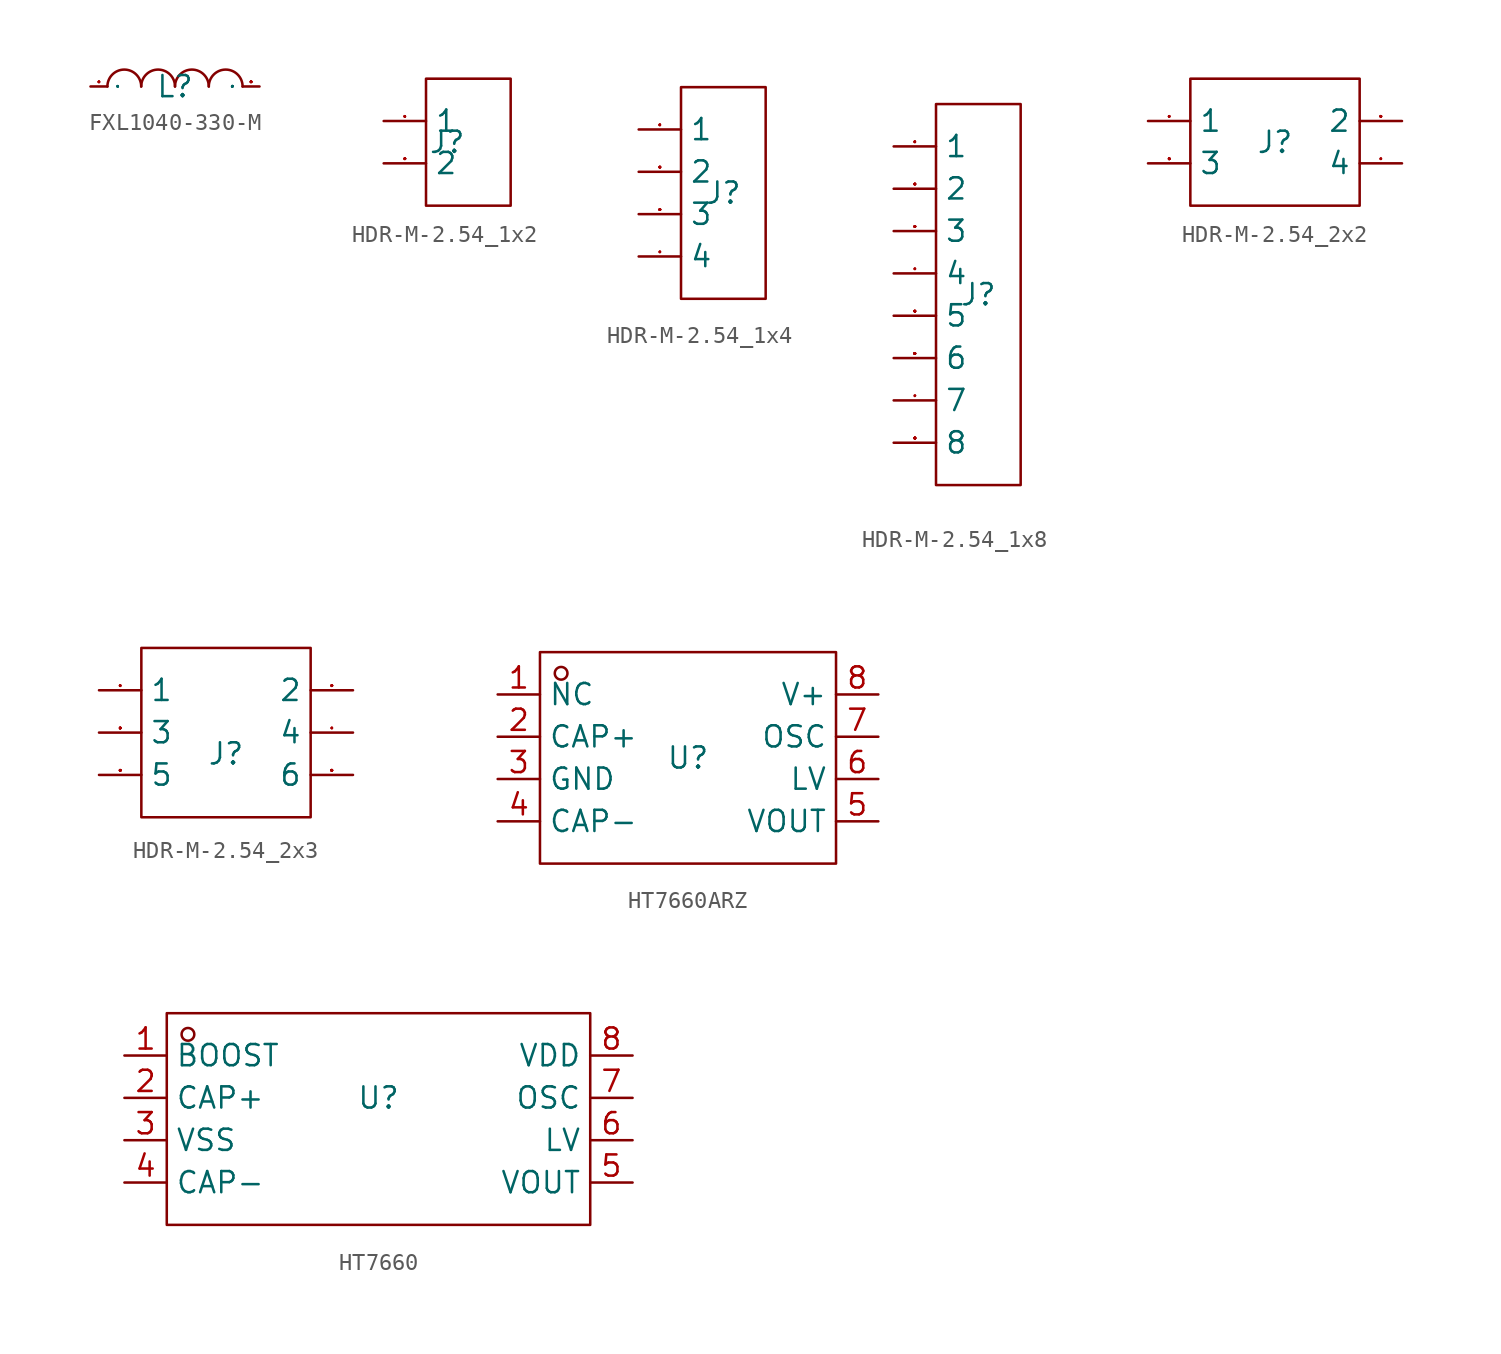
<source format=kicad_sym>
(kicad_symbol_lib
  (version 20231120)
  (generator "kicad_symbol_editor")
  (generator_version "8.0")
  (symbol "FXL1040-330-M"
    (property "Reference" "L"
      (at 0 0 0)
      (effects (font (size 1.27 1.27))))
    (symbol "FXL1040-330-M_1_0"
      (arc (start -2.032 0) (mid -3.048 1.0163) (end -4.064 0) (stroke (width 0) (type default)) (fill (type none)))
      (arc (start 0 0) (mid -1.016 1.0163) (end -2.032 0) (stroke (width 0) (type default)) (fill (type none)))
      (arc (start 2.032 0) (mid 1.016 1.016) (end 0 0) (stroke (width 0) (type default)) (fill (type none)))
      (arc (start 4.064 0) (mid 3.048 1.016) (end 2.032 0) (stroke (width 0) (type default)) (fill (type none)))
      (pin unspecified line (at -5.08 0 0) (length 1.016) (name "1" (effects (font (size 0.025 0.025)))) (number "1" (effects (font (size 0.025 0.025)))))
      (pin unspecified line (at 5.08 0 180) (length 1.016) (name "2" (effects (font (size 0.025 0.025)))) (number "2" (effects (font (size 0.025 0.025)))))))
  (symbol "HDR-M-2.54_1x2"
    (property "Reference" "J"
      (at 0 0 0)
      (effects (font (size 1.27 1.27))))
    (property "Value" ""
      (at 0 0 0)
      (effects (font (size 1.27 1.27))))
    (symbol "HDR-M-2.54_1x2_1_0"
      (rectangle (start -1.27 -3.81) (end 3.81 3.81) (stroke (width 0) (type default)) (fill (type none)))
      (pin unspecified line (at -3.81 1.27 0) (length 2.54) (name "1" (effects (font (size 1.27 1.27)))) (number "1" (effects (font (size 0.025 0.025)))))
      (pin unspecified line (at -3.81 -1.27 0) (length 2.54) (name "2" (effects (font (size 1.27 1.27)))) (number "2" (effects (font (size 0.025 0.025)))))))
  (symbol "HDR-M-2.54_1x4"
    (property "Reference" "J"
      (at 0 0 0)
      (effects (font (size 1.27 1.27))))
    (property "Value" ""
      (at 0 0 0)
      (effects (font (size 1.27 1.27))))
    (symbol "HDR-M-2.54_1x4_1_0"
      (rectangle (start -2.54 -6.35) (end 2.54 6.35) (stroke (width 0) (type default)) (fill (type none)))
      (pin unspecified line (at -5.08 3.81 0) (length 2.54) (name "1" (effects (font (size 1.27 1.27)))) (number "1" (effects (font (size 0.025 0.025)))))
      (pin unspecified line (at -5.08 1.27 0) (length 2.54) (name "2" (effects (font (size 1.27 1.27)))) (number "2" (effects (font (size 0.025 0.025)))))
      (pin unspecified line (at -5.08 -1.27 0) (length 2.54) (name "3" (effects (font (size 1.27 1.27)))) (number "3" (effects (font (size 0.025 0.025)))))
      (pin unspecified line (at -5.08 -3.81 0) (length 2.54) (name "4" (effects (font (size 1.27 1.27)))) (number "4" (effects (font (size 0.025 0.025)))))))
  (symbol "HDR-M-2.54_1x8"
    (property "Reference" "J"
      (at 0 0 0)
      (effects (font (size 1.27 1.27))))
    (property "Value" ""
      (at 0 0 0)
      (effects (font (size 1.27 1.27))))
    (symbol "HDR-M-2.54_1x8_1_0"
      (rectangle (start -2.54 -11.43) (end 2.54 11.43) (stroke (width 0) (type default)) (fill (type none)))
      (pin unspecified line (at -5.08 8.89 0) (length 2.54) (name "1" (effects (font (size 1.27 1.27)))) (number "1" (effects (font (size 0.025 0.025)))))
      (pin unspecified line (at -5.08 6.35 0) (length 2.54) (name "2" (effects (font (size 1.27 1.27)))) (number "2" (effects (font (size 0.025 0.025)))))
      (pin unspecified line (at -5.08 3.81 0) (length 2.54) (name "3" (effects (font (size 1.27 1.27)))) (number "3" (effects (font (size 0.025 0.025)))))
      (pin unspecified line (at -5.08 1.27 0) (length 2.54) (name "4" (effects (font (size 1.27 1.27)))) (number "4" (effects (font (size 0.025 0.025)))))
      (pin unspecified line (at -5.08 -1.27 0) (length 2.54) (name "5" (effects (font (size 1.27 1.27)))) (number "5" (effects (font (size 0.025 0.025)))))
      (pin unspecified line (at -5.08 -3.81 0) (length 2.54) (name "6" (effects (font (size 1.27 1.27)))) (number "6" (effects (font (size 0.025 0.025)))))
      (pin unspecified line (at -5.08 -6.35 0) (length 2.54) (name "7" (effects (font (size 1.27 1.27)))) (number "7" (effects (font (size 0.025 0.025)))))
      (pin unspecified line (at -5.08 -8.89 0) (length 2.54) (name "8" (effects (font (size 1.27 1.27)))) (number "8" (effects (font (size 0.025 0.025)))))))
  (symbol "HDR-M-2.54_2x2"
    (property "Reference" "J"
      (at 0 0 0)
      (effects (font (size 1.27 1.27))))
    (property "Value" ""
      (at 0 0 0)
      (effects (font (size 1.27 1.27))))
    (symbol "HDR-M-2.54_2x2_1_0"
      (rectangle (start -5.08 -3.81) (end 5.08 3.81) (stroke (width 0) (type default)) (fill (type none)))
      (pin input line (at -7.62 1.27 0) (length 2.54) (name "1" (effects (font (size 1.27 1.27)))) (number "1" (effects (font (size 0.025 0.025)))))
      (pin input line (at 7.62 1.27 180) (length 2.54) (name "2" (effects (font (size 1.27 1.27)))) (number "2" (effects (font (size 0.025 0.025)))))
      (pin input line (at -7.62 -1.27 0) (length 2.54) (name "3" (effects (font (size 1.27 1.27)))) (number "3" (effects (font (size 0.025 0.025)))))
      (pin input line (at 7.62 -1.27 180) (length 2.54) (name "4" (effects (font (size 1.27 1.27)))) (number "4" (effects (font (size 0.025 0.025)))))))
  (symbol "HDR-M-2.54_2x3"
    (property "Reference" "J"
      (at 0 0 0)
      (effects (font (size 1.27 1.27))))
    (property "Value" ""
      (at 0 0 0)
      (effects (font (size 1.27 1.27))))
    (symbol "HDR-M-2.54_2x3_1_0"
      (rectangle (start -5.08 -3.81) (end 5.08 6.35) (stroke (width 0) (type default)) (fill (type none)))
      (pin input line (at -7.62 3.81 0) (length 2.54) (name "1" (effects (font (size 1.27 1.27)))) (number "1" (effects (font (size 0.025 0.025)))))
      (pin input line (at 7.62 3.81 180) (length 2.54) (name "2" (effects (font (size 1.27 1.27)))) (number "2" (effects (font (size 0.025 0.025)))))
      (pin input line (at -7.62 1.27 0) (length 2.54) (name "3" (effects (font (size 1.27 1.27)))) (number "3" (effects (font (size 0.025 0.025)))))
      (pin input line (at 7.62 1.27 180) (length 2.54) (name "4" (effects (font (size 1.27 1.27)))) (number "4" (effects (font (size 0.025 0.025)))))
      (pin input line (at -7.62 -1.27 0) (length 2.54) (name "5" (effects (font (size 1.27 1.27)))) (number "5" (effects (font (size 0.025 0.025)))))
      (pin input line (at 7.62 -1.27 180) (length 2.54) (name "6" (effects (font (size 1.27 1.27)))) (number "6" (effects (font (size 0.025 0.025)))))))
  (symbol "HT7660ARZ"
    (property "Reference" "U"
      (at 0 0 0)
      (effects (font (size 1.27 1.27))))
    (property "Value" ""
      (at 0 0 0)
      (effects (font (size 1.27 1.27))))
    (symbol "HT7660ARZ_1_0"
      (rectangle (start -8.89 -6.35) (end 8.89 6.35) (stroke (width 0) (type default)) (fill (type none)))
      (circle (center -7.62 5.08) (radius 0.381) (stroke (width 0) (type default)) (fill (type none)))
      (pin unspecified line (at -11.43 3.81 0) (length 2.54) (name "NC" (effects (font (size 1.27 1.27)))) (number "1" (effects (font (size 1.27 1.27)))))
      (pin unspecified line (at -11.43 1.27 0) (length 2.54) (name "CAP+" (effects (font (size 1.27 1.27)))) (number "2" (effects (font (size 1.27 1.27)))))
      (pin unspecified line (at -11.43 -1.27 0) (length 2.54) (name "GND" (effects (font (size 1.27 1.27)))) (number "3" (effects (font (size 1.27 1.27)))))
      (pin unspecified line (at -11.43 -3.81 0) (length 2.54) (name "CAP-" (effects (font (size 1.27 1.27)))) (number "4" (effects (font (size 1.27 1.27)))))
      (pin unspecified line (at 11.43 -3.81 180) (length 2.54) (name "VOUT" (effects (font (size 1.27 1.27)))) (number "5" (effects (font (size 1.27 1.27)))))
      (pin unspecified line (at 11.43 -1.27 180) (length 2.54) (name "LV" (effects (font (size 1.27 1.27)))) (number "6" (effects (font (size 1.27 1.27)))))
      (pin unspecified line (at 11.43 1.27 180) (length 2.54) (name "OSC" (effects (font (size 1.27 1.27)))) (number "7" (effects (font (size 1.27 1.27)))))
      (pin unspecified line (at 11.43 3.81 180) (length 2.54) (name "V+" (effects (font (size 1.27 1.27)))) (number "8" (effects (font (size 1.27 1.27)))))))
  (symbol "HT7660"
    (property "Reference" "U"
      (at 0 0 0)
      (effects (font (size 1.27 1.27))))
    (property "Value" ""
      (at 0 0 0)
      (effects (font (size 1.27 1.27))))
    (symbol "HT7660_1_0"
      (rectangle (start -12.7 -7.62) (end 12.7 5.08) (stroke (width 0) (type default)) (fill (type none)))
      (circle (center -11.43 3.81) (radius 0.381) (stroke (width 0) (type default)) (fill (type none)))
      (pin unspecified line (at -15.24 2.54 0) (length 2.54) (name "BOOST" (effects (font (size 1.27 1.27)))) (number "1" (effects (font (size 1.27 1.27)))))
      (pin unspecified line (at -15.24 0 0) (length 2.54) (name "CAP+" (effects (font (size 1.27 1.27)))) (number "2" (effects (font (size 1.27 1.27)))))
      (pin unspecified line (at -15.24 -2.54 0) (length 2.54) (name "VSS" (effects (font (size 1.27 1.27)))) (number "3" (effects (font (size 1.27 1.27)))))
      (pin unspecified line (at -15.24 -5.08 0) (length 2.54) (name "CAP-" (effects (font (size 1.27 1.27)))) (number "4" (effects (font (size 1.27 1.27)))))
      (pin unspecified line (at 15.24 -5.08 180) (length 2.54) (name "VOUT" (effects (font (size 1.27 1.27)))) (number "5" (effects (font (size 1.27 1.27)))))
      (pin unspecified line (at 15.24 -2.54 180) (length 2.54) (name "LV" (effects (font (size 1.27 1.27)))) (number "6" (effects (font (size 1.27 1.27)))))
      (pin unspecified line (at 15.24 0 180) (length 2.54) (name "OSC" (effects (font (size 1.27 1.27)))) (number "7" (effects (font (size 1.27 1.27)))))
      (pin unspecified line (at 15.24 2.54 180) (length 2.54) (name "VDD" (effects (font (size 1.27 1.27)))) (number "8" (effects (font (size 1.27 1.27))))))))
</source>
